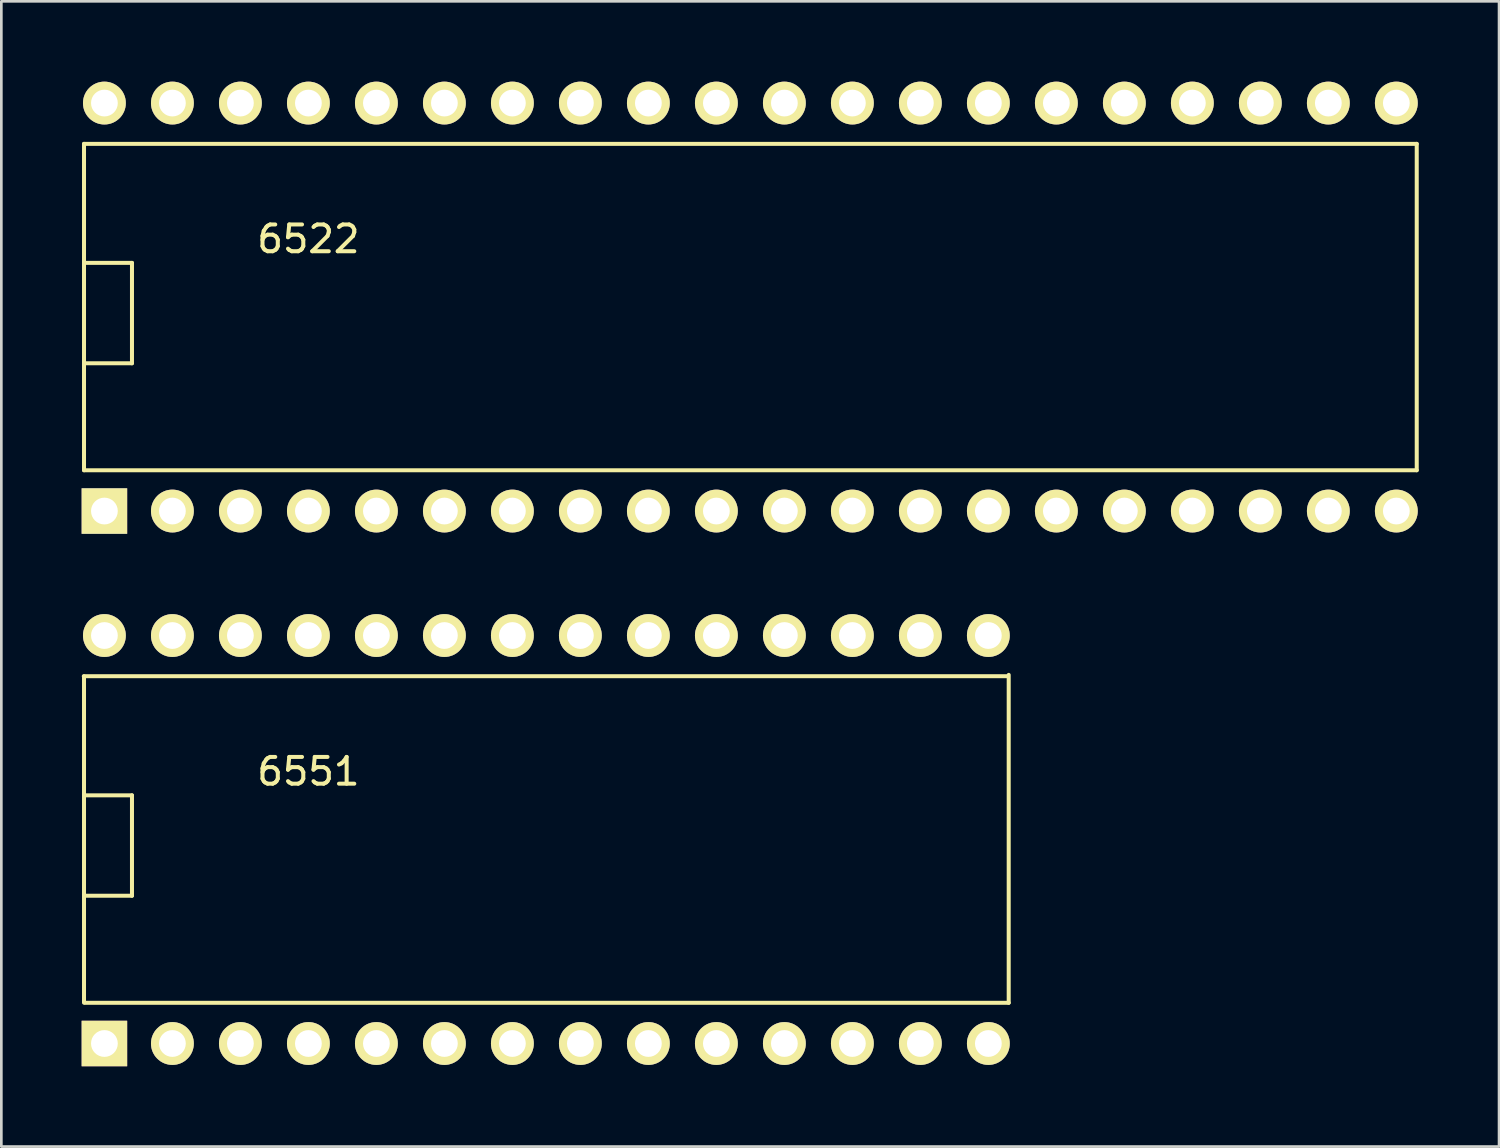
<source format=kicad_pcb>
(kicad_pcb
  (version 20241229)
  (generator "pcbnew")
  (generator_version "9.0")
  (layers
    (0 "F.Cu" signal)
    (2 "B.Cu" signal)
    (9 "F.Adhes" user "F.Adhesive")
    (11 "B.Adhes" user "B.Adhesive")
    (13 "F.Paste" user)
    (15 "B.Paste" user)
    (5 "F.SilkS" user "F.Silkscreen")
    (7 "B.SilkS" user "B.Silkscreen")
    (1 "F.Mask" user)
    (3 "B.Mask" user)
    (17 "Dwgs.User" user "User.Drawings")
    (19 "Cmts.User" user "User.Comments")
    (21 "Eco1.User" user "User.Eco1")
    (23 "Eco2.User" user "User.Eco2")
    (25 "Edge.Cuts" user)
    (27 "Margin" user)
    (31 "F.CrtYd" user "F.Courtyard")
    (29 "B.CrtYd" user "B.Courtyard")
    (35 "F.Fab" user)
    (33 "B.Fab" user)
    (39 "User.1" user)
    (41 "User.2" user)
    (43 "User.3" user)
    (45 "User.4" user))
  (footprint "6551"
    (layer "F.Cu")
    (at 0.88 35.91)
    (property "Reference" "6551" (at 7.59 -10.14 0) (layer "F.SilkS") (effects (font (size 1 1) (thickness 0.15))))
    (attr through_hole)
    (fp_line (start -0.8 -13.7) (end 33.7 -13.7) (stroke (width 0.15) (type solid)) (layer "F.SilkS"))
    (fp_line (start -0.792 -1.504) (end -0.792 -13.696) (stroke (width 0.15) (type solid)) (layer "F.SilkS"))
    (fp_line (start -0.75 -9.25) (end 1 -9.25) (stroke (width 0.15) (type solid)) (layer "F.SilkS"))
    (fp_line (start 1 -9.25) (end 1 -5.5) (stroke (width 0.15) (type solid)) (layer "F.SilkS"))
    (fp_line (start 1 -5.5) (end -0.75 -5.5) (stroke (width 0.15) (type solid)) (layer "F.SilkS"))
    (fp_line (start 33.75 -13.75) (end 33.75 -1.5) (stroke (width 0.15) (type solid)) (layer "F.SilkS"))
    (fp_line (start 33.75 -1.5) (end -0.75 -1.5) (stroke (width 0.15) (type solid)) (layer "F.SilkS"))
    (pad "1" thru_hole rect (at -0.03 0.02) (size 1.7 1.7) (drill 1) (layers "*.Cu" "*.Mask" "F.SilkS"))
    (pad "2" thru_hole circle (at 2.51 0.02) (size 1.6 1.6) (drill 1) (layers "*.Cu" "*.Mask" "F.SilkS"))
    (pad "3" thru_hole circle (at 5.05 0.02) (size 1.6 1.6) (drill 1) (layers "*.Cu" "*.Mask" "F.SilkS"))
    (pad "4" thru_hole circle (at 7.59 0.02) (size 1.6 1.6) (drill 1) (layers "*.Cu" "*.Mask" "F.SilkS"))
    (pad "5" thru_hole circle (at 10.13 0.02) (size 1.6 1.6) (drill 1) (layers "*.Cu" "*.Mask" "F.SilkS"))
    (pad "6" thru_hole circle (at 12.67 0.02) (size 1.6 1.6) (drill 1) (layers "*.Cu" "*.Mask" "F.SilkS"))
    (pad "7" thru_hole circle (at 15.21 0.02) (size 1.6 1.6) (drill 1) (layers "*.Cu" "*.Mask" "F.SilkS"))
    (pad "8" thru_hole circle (at 17.75 0.02) (size 1.6 1.6) (drill 1) (layers "*.Cu" "*.Mask" "F.SilkS"))
    (pad "9" thru_hole circle (at 20.29 0.02) (size 1.6 1.6) (drill 1) (layers "*.Cu" "*.Mask" "F.SilkS"))
    (pad "10" thru_hole circle (at 22.83 0.02) (size 1.6 1.6) (drill 1) (layers "*.Cu" "*.Mask" "F.SilkS"))
    (pad "11" thru_hole circle (at 25.37 0.02) (size 1.6 1.6) (drill 1) (layers "*.Cu" "*.Mask" "F.SilkS"))
    (pad "12" thru_hole circle (at 27.91 0.02) (size 1.6 1.6) (drill 1) (layers "*.Cu" "*.Mask" "F.SilkS"))
    (pad "13" thru_hole circle (at 30.45 0.02) (size 1.6 1.6) (drill 1) (layers "*.Cu" "*.Mask" "F.SilkS"))
    (pad "14" thru_hole circle (at 32.99 0.02) (size 1.6 1.6) (drill 1) (layers "*.Cu" "*.Mask" "F.SilkS"))
    (pad "15" thru_hole circle (at 32.99 -15.22) (size 1.6 1.6) (drill 1) (layers "*.Cu" "*.Mask" "F.SilkS"))
    (pad "16" thru_hole circle (at 30.45 -15.22) (size 1.6 1.6) (drill 1) (layers "*.Cu" "*.Mask" "F.SilkS"))
    (pad "17" thru_hole circle (at 27.91 -15.22) (size 1.6 1.6) (drill 1) (layers "*.Cu" "*.Mask" "F.SilkS"))
    (pad "18" thru_hole circle (at 25.37 -15.22) (size 1.6 1.6) (drill 1) (layers "*.Cu" "*.Mask" "F.SilkS"))
    (pad "19" thru_hole circle (at 22.83 -15.22) (size 1.6 1.6) (drill 1) (layers "*.Cu" "*.Mask" "F.SilkS"))
    (pad "20" thru_hole circle (at 20.29 -15.22) (size 1.6 1.6) (drill 1) (layers "*.Cu" "*.Mask" "F.SilkS"))
    (pad "21" thru_hole circle (at 17.75 -15.22) (size 1.6 1.6) (drill 1) (layers "*.Cu" "*.Mask" "F.SilkS"))
    (pad "22" thru_hole circle (at 15.21 -15.22) (size 1.6 1.6) (drill 1) (layers "*.Cu" "*.Mask" "F.SilkS"))
    (pad "23" thru_hole circle (at 12.67 -15.22) (size 1.6 1.6) (drill 1) (layers "*.Cu" "*.Mask" "F.SilkS"))
    (pad "24" thru_hole circle (at 10.13 -15.22) (size 1.6 1.6) (drill 1) (layers "*.Cu" "*.Mask" "F.SilkS"))
    (pad "25" thru_hole circle (at 7.59 -15.22) (size 1.6 1.6) (drill 1) (layers "*.Cu" "*.Mask" "F.SilkS"))
    (pad "26" thru_hole circle (at 5.05 -15.22) (size 1.6 1.6) (drill 1) (layers "*.Cu" "*.Mask" "F.SilkS"))
    (pad "27" thru_hole circle (at 2.51 -15.22) (size 1.6 1.6) (drill 1) (layers "*.Cu" "*.Mask" "F.SilkS"))
    (pad "28" thru_hole circle (at -0.03 -15.22) (size 1.6 1.6) (drill 1) (layers "*.Cu" "*.Mask" "F.SilkS")))
  (footprint "6522"
    (layer "F.Cu")
    (at 0.88 16.02)
    (property "Reference" "6522" (at 7.59 -10.14 0) (layer "F.SilkS") (effects (font (size 1 1) (thickness 0.15))))
    (attr through_hole)
    (fp_line (start -0.792 -13.696) (end 48.992 -13.696) (stroke (width 0.15) (type solid)) (layer "F.SilkS"))
    (fp_line (start -0.792 -1.504) (end -0.792 -13.696) (stroke (width 0.15) (type solid)) (layer "F.SilkS"))
    (fp_line (start -0.75 -9.25) (end 1 -9.25) (stroke (width 0.15) (type solid)) (layer "F.SilkS"))
    (fp_line (start 1 -9.25) (end 1 -5.5) (stroke (width 0.15) (type solid)) (layer "F.SilkS"))
    (fp_line (start 1 -5.5) (end -0.75 -5.5) (stroke (width 0.15) (type solid)) (layer "F.SilkS"))
    (fp_line (start 48.992 -13.696) (end 48.992 -1.504) (stroke (width 0.15) (type solid)) (layer "F.SilkS"))
    (fp_line (start 48.992 -1.504) (end -0.792 -1.504) (stroke (width 0.15) (type solid)) (layer "F.SilkS"))
    (pad "1" thru_hole rect (at -0.03 0.02) (size 1.7 1.7) (drill 1) (layers "*.Cu" "*.Mask" "F.SilkS"))
    (pad "2" thru_hole circle (at 2.51 0.02) (size 1.6 1.6) (drill 1) (layers "*.Cu" "*.Mask" "F.SilkS"))
    (pad "3" thru_hole circle (at 5.05 0.02) (size 1.6 1.6) (drill 1) (layers "*.Cu" "*.Mask" "F.SilkS"))
    (pad "4" thru_hole circle (at 7.59 0.02) (size 1.6 1.6) (drill 1) (layers "*.Cu" "*.Mask" "F.SilkS"))
    (pad "5" thru_hole circle (at 10.13 0.02) (size 1.6 1.6) (drill 1) (layers "*.Cu" "*.Mask" "F.SilkS"))
    (pad "6" thru_hole circle (at 12.67 0.02) (size 1.6 1.6) (drill 1) (layers "*.Cu" "*.Mask" "F.SilkS"))
    (pad "7" thru_hole circle (at 15.21 0.02) (size 1.6 1.6) (drill 1) (layers "*.Cu" "*.Mask" "F.SilkS"))
    (pad "8" thru_hole circle (at 17.75 0.02) (size 1.6 1.6) (drill 1) (layers "*.Cu" "*.Mask" "F.SilkS"))
    (pad "9" thru_hole circle (at 20.29 0.02) (size 1.6 1.6) (drill 1) (layers "*.Cu" "*.Mask" "F.SilkS"))
    (pad "10" thru_hole circle (at 22.83 0.02) (size 1.6 1.6) (drill 1) (layers "*.Cu" "*.Mask" "F.SilkS"))
    (pad "11" thru_hole circle (at 25.37 0.02) (size 1.6 1.6) (drill 1) (layers "*.Cu" "*.Mask" "F.SilkS"))
    (pad "12" thru_hole circle (at 27.91 0.02) (size 1.6 1.6) (drill 1) (layers "*.Cu" "*.Mask" "F.SilkS"))
    (pad "13" thru_hole circle (at 30.45 0.02) (size 1.6 1.6) (drill 1) (layers "*.Cu" "*.Mask" "F.SilkS"))
    (pad "14" thru_hole circle (at 32.99 0.02) (size 1.6 1.6) (drill 1) (layers "*.Cu" "*.Mask" "F.SilkS"))
    (pad "15" thru_hole circle (at 35.53 0.02) (size 1.6 1.6) (drill 1) (layers "*.Cu" "*.Mask" "F.SilkS"))
    (pad "16" thru_hole circle (at 38.07 0.02) (size 1.6 1.6) (drill 1) (layers "*.Cu" "*.Mask" "F.SilkS"))
    (pad "17" thru_hole circle (at 40.61 0.02) (size 1.6 1.6) (drill 1) (layers "*.Cu" "*.Mask" "F.SilkS"))
    (pad "18" thru_hole circle (at 43.15 0.02) (size 1.6 1.6) (drill 1) (layers "*.Cu" "*.Mask" "F.SilkS"))
    (pad "19" thru_hole circle (at 45.69 0.02) (size 1.6 1.6) (drill 1) (layers "*.Cu" "*.Mask" "F.SilkS"))
    (pad "20" thru_hole circle (at 48.23 0.02) (size 1.6 1.6) (drill 1) (layers "*.Cu" "*.Mask" "F.SilkS"))
    (pad "21" thru_hole circle (at 48.23 -15.22) (size 1.6 1.6) (drill 1) (layers "*.Cu" "*.Mask" "F.SilkS"))
    (pad "22" thru_hole circle (at 45.69 -15.22) (size 1.6 1.6) (drill 1) (layers "*.Cu" "*.Mask" "F.SilkS"))
    (pad "23" thru_hole circle (at 43.15 -15.22) (size 1.6 1.6) (drill 1) (layers "*.Cu" "*.Mask" "F.SilkS"))
    (pad "24" thru_hole circle (at 40.61 -15.22) (size 1.6 1.6) (drill 1) (layers "*.Cu" "*.Mask" "F.SilkS"))
    (pad "25" thru_hole circle (at 38.07 -15.22) (size 1.6 1.6) (drill 1) (layers "*.Cu" "*.Mask" "F.SilkS"))
    (pad "26" thru_hole circle (at 35.53 -15.22) (size 1.6 1.6) (drill 1) (layers "*.Cu" "*.Mask" "F.SilkS"))
    (pad "27" thru_hole circle (at 32.99 -15.22) (size 1.6 1.6) (drill 1) (layers "*.Cu" "*.Mask" "F.SilkS"))
    (pad "28" thru_hole circle (at 30.45 -15.22) (size 1.6 1.6) (drill 1) (layers "*.Cu" "*.Mask" "F.SilkS"))
    (pad "29" thru_hole circle (at 27.91 -15.22) (size 1.6 1.6) (drill 1) (layers "*.Cu" "*.Mask" "F.SilkS"))
    (pad "30" thru_hole circle (at 25.37 -15.22) (size 1.6 1.6) (drill 1) (layers "*.Cu" "*.Mask" "F.SilkS"))
    (pad "31" thru_hole circle (at 22.83 -15.22) (size 1.6 1.6) (drill 1) (layers "*.Cu" "*.Mask" "F.SilkS"))
    (pad "32" thru_hole circle (at 20.29 -15.22) (size 1.6 1.6) (drill 1) (layers "*.Cu" "*.Mask" "F.SilkS"))
    (pad "33" thru_hole circle (at 17.75 -15.22) (size 1.6 1.6) (drill 1) (layers "*.Cu" "*.Mask" "F.SilkS"))
    (pad "34" thru_hole circle (at 15.21 -15.22) (size 1.6 1.6) (drill 1) (layers "*.Cu" "*.Mask" "F.SilkS"))
    (pad "35" thru_hole circle (at 12.67 -15.22) (size 1.6 1.6) (drill 1) (layers "*.Cu" "*.Mask" "F.SilkS"))
    (pad "36" thru_hole circle (at 10.13 -15.22) (size 1.6 1.6) (drill 1) (layers "*.Cu" "*.Mask" "F.SilkS"))
    (pad "37" thru_hole circle (at 7.59 -15.22) (size 1.6 1.6) (drill 1) (layers "*.Cu" "*.Mask" "F.SilkS"))
    (pad "38" thru_hole circle (at 5.05 -15.22) (size 1.6 1.6) (drill 1) (layers "*.Cu" "*.Mask" "F.SilkS"))
    (pad "39" thru_hole circle (at 2.51 -15.22) (size 1.6 1.6) (drill 1) (layers "*.Cu" "*.Mask" "F.SilkS"))
    (pad "40" thru_hole circle (at -0.03 -15.22) (size 1.6 1.6) (drill 1) (layers "*.Cu" "*.Mask" "F.SilkS")))
  (gr_rect
    (start -3 -3)
    (end 52.947 39.78)
    (stroke (width 0.1) (type default))
    (fill no)
    (layer "Edge.Cuts")))
</source>
